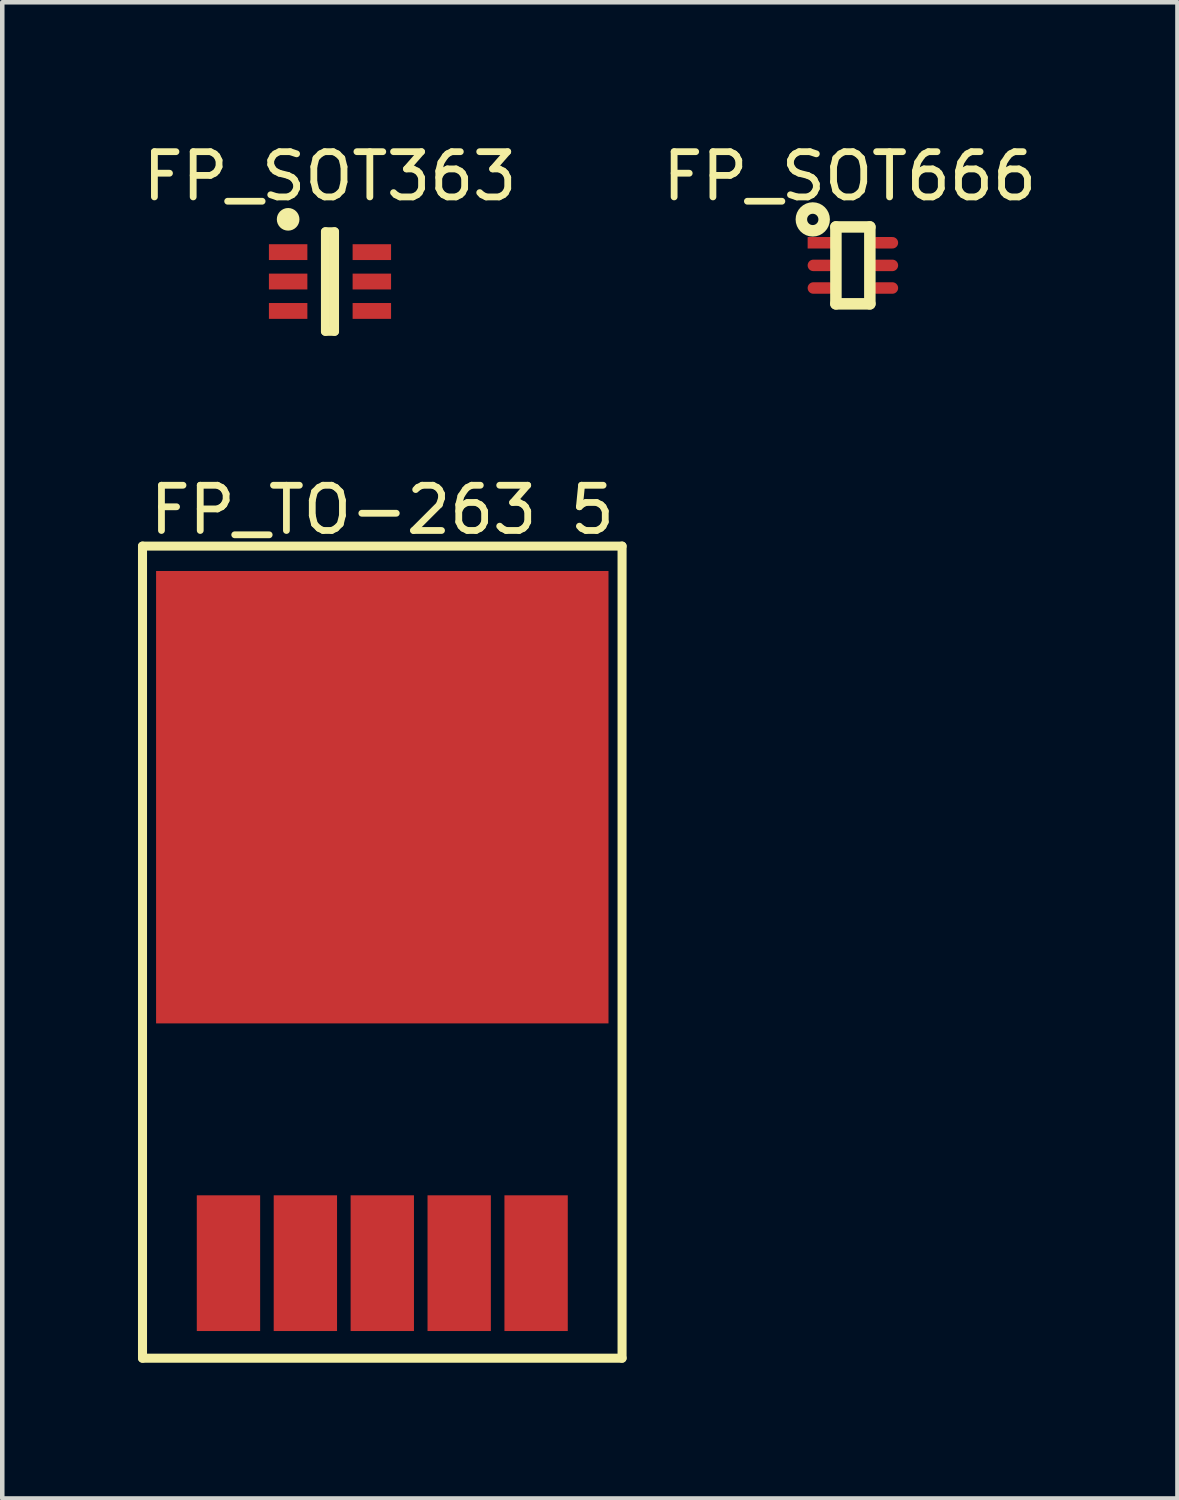
<source format=kicad_pcb>
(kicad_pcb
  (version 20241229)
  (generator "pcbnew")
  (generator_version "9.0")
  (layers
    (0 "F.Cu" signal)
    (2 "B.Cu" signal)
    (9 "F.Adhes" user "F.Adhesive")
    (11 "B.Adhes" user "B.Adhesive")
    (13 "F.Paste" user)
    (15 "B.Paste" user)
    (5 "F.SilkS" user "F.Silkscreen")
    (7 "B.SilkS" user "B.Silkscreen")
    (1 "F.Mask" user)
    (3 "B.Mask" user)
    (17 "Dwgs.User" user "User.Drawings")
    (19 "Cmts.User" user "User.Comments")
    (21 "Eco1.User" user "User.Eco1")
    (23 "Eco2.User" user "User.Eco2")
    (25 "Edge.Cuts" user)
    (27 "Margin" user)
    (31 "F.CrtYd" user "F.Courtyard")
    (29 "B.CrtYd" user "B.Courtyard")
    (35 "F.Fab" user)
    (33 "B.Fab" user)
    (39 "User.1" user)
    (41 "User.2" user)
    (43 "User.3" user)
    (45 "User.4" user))
  (footprint "FP_SOT363"
    (layer "F.Cu")
    (at 4.244 3.173)
    (property "Reference" "FP_SOT363" (at 0 -2.325 0) (layer "F.SilkS") (effects (font (size 1 1) (thickness 0.15))))
    (fp_line (start -0.1 -1.1) (end 0.1 -1.1) (stroke (width 0.2) (type solid)) (layer "F.SilkS"))
    (fp_line (start -0.1 1.1) (end -0.1 -1.1) (stroke (width 0.2) (type solid)) (layer "F.SilkS"))
    (fp_line (start -0.1 1.1) (end 0.1 1.1) (stroke (width 0.2) (type solid)) (layer "F.SilkS"))
    (fp_line (start 0.1 1.1) (end 0.1 -1.1) (stroke (width 0.2) (type solid)) (layer "F.SilkS"))
    (fp_circle (center -0.925 -1.375) (end -0.925 -1.5) (stroke (width 0.25) (type solid)) (fill no) (layer "F.SilkS"))
    (pad "1" smd rect (at -0.925 -0.65 90) (size 0.35 0.85) (layers "F.Cu" "F.Mask" "F.Paste"))
    (pad "2" smd rect (at -0.925 0 90) (size 0.35 0.85) (layers "F.Cu" "F.Mask" "F.Paste"))
    (pad "3" smd rect (at -0.925 0.65 90) (size 0.35 0.85) (layers "F.Cu" "F.Mask" "F.Paste"))
    (pad "4" smd rect (at 0.925 0.65 90) (size 0.35 0.85) (layers "F.Cu" "F.Mask" "F.Paste"))
    (pad "5" smd rect (at 0.925 0 90) (size 0.35 0.85) (layers "F.Cu" "F.Mask" "F.Paste"))
    (pad "6" smd rect (at 0.925 -0.65 90) (size 0.35 0.85) (layers "F.Cu" "F.Mask" "F.Paste")))
  (footprint "FP_TO-263 5"
    (layer "F.Cu")
    (at 5.4 19.721)
    (property "Reference" "FP_TO-263 5" (at 0.000015 -11.5 0) (layer "F.SilkS") (effects (font (size 1 1) (thickness 0.15))))
    (fp_line (start -5.3 -10.7) (end 5.3 -10.7) (stroke (width 0.2) (type solid)) (layer "F.SilkS"))
    (fp_line (start -5.3 7.25) (end -5.3 -10.7) (stroke (width 0.2) (type solid)) (layer "F.SilkS"))
    (fp_line (start -5.3 7.25) (end 5.3 7.25) (stroke (width 0.2) (type solid)) (layer "F.SilkS"))
    (fp_line (start 5.3 7.25) (end 5.3 -10.7) (stroke (width 0.2) (type solid)) (layer "F.SilkS"))
    (pad "1" smd rect (at -3.4 5.15) (size 1.4 3) (layers "F.Cu" "F.Mask" "F.Paste"))
    (pad "2" smd rect (at -1.7 5.15) (size 1.4 3) (layers "F.Cu" "F.Mask" "F.Paste"))
    (pad "3" smd rect (at 0 5.15) (size 1.4 3) (layers "F.Cu" "F.Mask" "F.Paste"))
    (pad "4" smd rect (at 1.7 5.15) (size 1.4 3) (layers "F.Cu" "F.Mask" "F.Paste"))
    (pad "5" smd rect (at 3.4 5.15) (size 1.4 3) (layers "F.Cu" "F.Mask" "F.Paste"))
    (pad "6" smd rect (at 0 -5.15 180) (size 10 10) (layers "F.Cu" "F.Mask" "F.Paste")))
  (footprint "FP_SOT666"
    (layer "F.Cu")
    (at 15.802 2.816)
    (property "Reference" "FP_SOT666" (at -0.07 -1.968 0) (layer "F.SilkS") (effects (font (size 1 1) (thickness 0.15))))
    (fp_line (start -0.375 -0.85) (end 0.375 -0.85) (stroke (width 0.254) (type solid)) (layer "F.SilkS"))
    (fp_line (start -0.375 0.85) (end -0.375 -0.85) (stroke (width 0.254) (type solid)) (layer "F.SilkS"))
    (fp_line (start -0.375 0.85) (end 0.375 0.85) (stroke (width 0.254) (type solid)) (layer "F.SilkS"))
    (fp_line (start 0.375 0.85) (end 0.375 -0.85) (stroke (width 0.254) (type solid)) (layer "F.SilkS"))
    (fp_circle (center -0.887 -1.016) (end -0.887 -1.141) (stroke (width 0.254) (type solid)) (fill no) (layer "F.SilkS"))
    (pad "1" smd rect (at -0.7 -0.5 90) (size 0.254 0.6) (layers "F.Cu" "F.Mask" "F.Paste"))
    (pad "2" smd oval (at -0.7 0 90) (size 0.254 0.6) (layers "F.Cu" "F.Mask" "F.Paste"))
    (pad "3" smd oval (at -0.7 0.5 90) (size 0.254 0.6) (layers "F.Cu" "F.Mask" "F.Paste"))
    (pad "4" smd oval (at 0.7 0.5 90) (size 0.254 0.6) (layers "F.Cu" "F.Mask" "F.Paste"))
    (pad "5" smd oval (at 0.7 0 90) (size 0.254 0.6) (layers "F.Cu" "F.Mask" "F.Paste"))
    (pad "6" smd oval (at 0.7 -0.5 90) (size 0.254 0.6) (layers "F.Cu" "F.Mask" "F.Paste")))
  (gr_rect
    (start -3 -3)
    (end 22.976 30.072)
    (stroke (width 0.1) (type default))
    (fill no)
    (layer "Edge.Cuts")))
</source>
